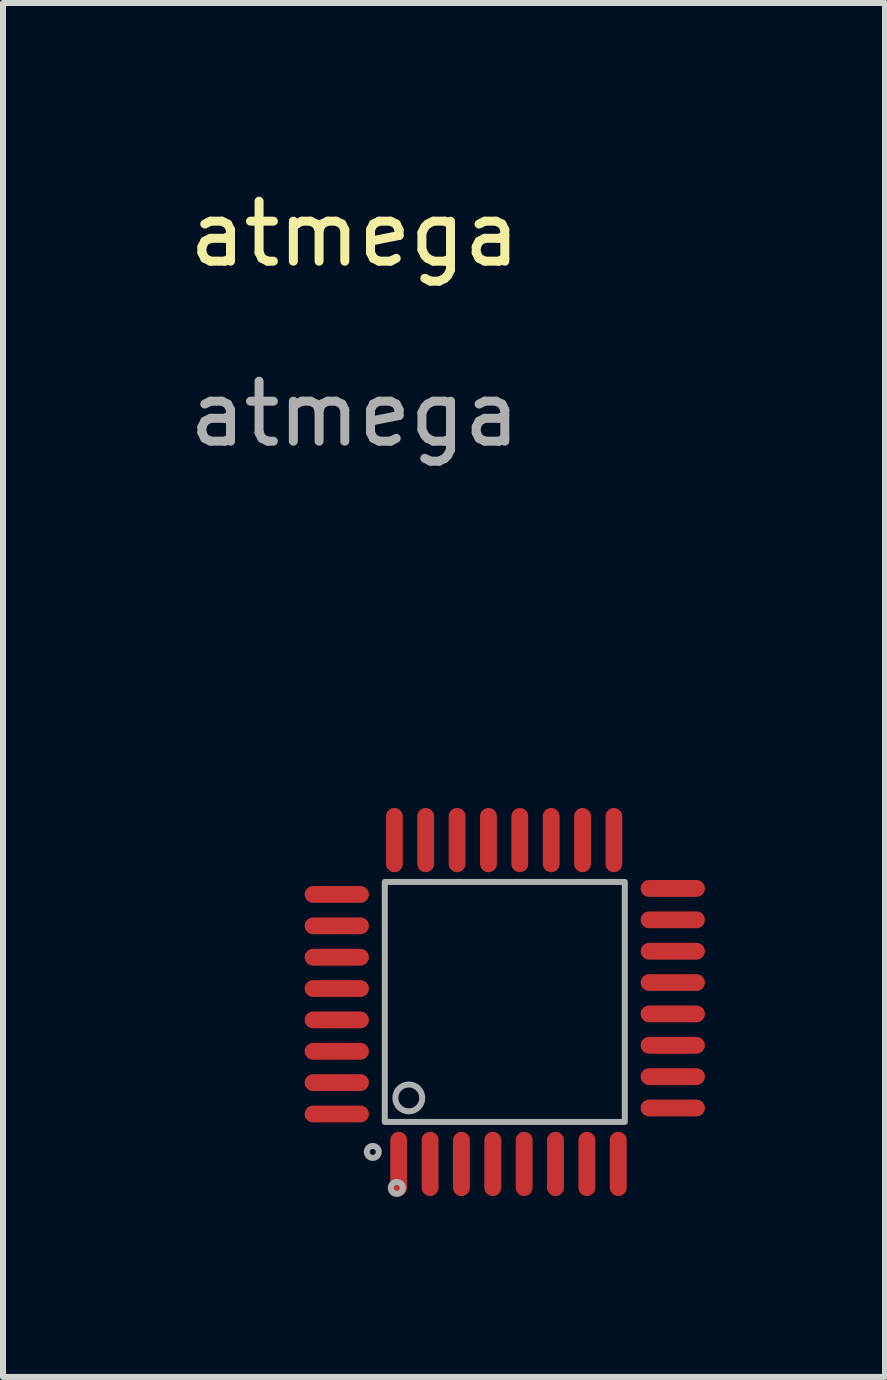
<source format=kicad_pcb>
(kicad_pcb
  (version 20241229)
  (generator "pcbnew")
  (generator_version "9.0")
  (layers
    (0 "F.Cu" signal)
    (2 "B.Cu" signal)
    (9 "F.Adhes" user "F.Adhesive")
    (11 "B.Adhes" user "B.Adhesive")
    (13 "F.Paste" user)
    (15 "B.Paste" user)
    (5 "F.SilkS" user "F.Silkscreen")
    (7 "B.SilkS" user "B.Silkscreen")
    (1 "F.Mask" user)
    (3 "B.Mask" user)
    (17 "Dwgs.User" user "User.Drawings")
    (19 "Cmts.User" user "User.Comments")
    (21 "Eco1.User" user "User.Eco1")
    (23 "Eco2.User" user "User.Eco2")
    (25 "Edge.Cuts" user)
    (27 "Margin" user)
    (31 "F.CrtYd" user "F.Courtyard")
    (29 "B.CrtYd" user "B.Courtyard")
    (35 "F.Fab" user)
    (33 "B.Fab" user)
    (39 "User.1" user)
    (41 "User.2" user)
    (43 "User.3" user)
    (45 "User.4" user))
  (footprint "atmega"
    (layer "F.Cu")
    (at 3.363 11.648)
    (property "Reference" "atmega" (at -0.5 -10.8 0) (unlocked yes) (layer "F.SilkS") (effects (font (size 1 1) (thickness 0.15))))
    (attr smd)
    (fp_rect (start 0 0) (end 4 4) (stroke (width 0.1) (type solid)) (fill no) (layer "F.Fab"))
    (fp_circle (center -0.2 4.5) (end -0.1 4.5) (stroke (width 0.1) (type solid)) (fill no) (layer "F.Fab"))
    (fp_circle (center 0.2 5.1) (end 0.3 5.1) (stroke (width 0.1) (type solid)) (fill no) (layer "F.Fab"))
    (fp_circle (center 0.4 3.6) (end 0.624 3.6) (stroke (width 0.1) (type solid)) (fill no) (layer "F.Fab"))
    (fp_text user "${REFERENCE}" (at -0.5 -7.8 0) (unlocked yes) (layer "F.Fab") (effects (font (size 1 1) (thickness 0.15))))
    (pad "1" smd oval (at -0.8 0.209 180) (size 1.071 0.281) (layers "F.Cu" "F.Mask" "F.Paste"))
    (pad "1" smd oval (at -0.8 0.732 180) (size 1.071 0.281) (layers "F.Cu" "F.Mask" "F.Paste"))
    (pad "1" smd oval (at -0.8 1.255 180) (size 1.071 0.281) (layers "F.Cu" "F.Mask" "F.Paste"))
    (pad "1" smd oval (at -0.8 1.777 180) (size 1.071 0.281) (layers "F.Cu" "F.Mask" "F.Paste"))
    (pad "1" smd oval (at -0.8 2.3 180) (size 1.071 0.281) (layers "F.Cu" "F.Mask" "F.Paste"))
    (pad "1" smd oval (at -0.8 2.823 180) (size 1.071 0.281) (layers "F.Cu" "F.Mask" "F.Paste"))
    (pad "1" smd oval (at -0.8 3.345 180) (size 1.071 0.281) (layers "F.Cu" "F.Mask" "F.Paste"))
    (pad "1" smd oval (at -0.8 3.868 180) (size 1.071 0.281) (layers "F.Cu" "F.Mask" "F.Paste"))
    (pad "1" smd oval (at 0.16 -0.697 90) (size 1.071 0.281) (layers "F.Cu" "F.Mask" "F.Paste"))
    (pad "1" smd oval (at 0.232 4.7 90) (size 1.071 0.281) (layers "F.Cu" "F.Mask" "F.Paste"))
    (pad "1" smd oval (at 0.682 -0.697 90) (size 1.071 0.281) (layers "F.Cu" "F.Mask" "F.Paste"))
    (pad "1" smd oval (at 0.755 4.7 90) (size 1.071 0.281) (layers "F.Cu" "F.Mask" "F.Paste"))
    (pad "1" smd oval (at 1.205 -0.697 90) (size 1.071 0.281) (layers "F.Cu" "F.Mask" "F.Paste"))
    (pad "1" smd oval (at 1.277 4.7 90) (size 1.071 0.281) (layers "F.Cu" "F.Mask" "F.Paste"))
    (pad "1" smd oval (at 1.728 -0.697 90) (size 1.071 0.281) (layers "F.Cu" "F.Mask" "F.Paste"))
    (pad "1" smd oval (at 1.8 4.7 90) (size 1.071 0.281) (layers "F.Cu" "F.Mask" "F.Paste"))
    (pad "1" smd oval (at 2.25 -0.697 90) (size 1.071 0.281) (layers "F.Cu" "F.Mask" "F.Paste"))
    (pad "1" smd oval (at 2.323 4.7 90) (size 1.071 0.281) (layers "F.Cu" "F.Mask" "F.Paste"))
    (pad "1" smd oval (at 2.773 -0.697 90) (size 1.071 0.281) (layers "F.Cu" "F.Mask" "F.Paste"))
    (pad "1" smd oval (at 2.845 4.7 90) (size 1.071 0.281) (layers "F.Cu" "F.Mask" "F.Paste"))
    (pad "1" smd oval (at 3.296 -0.697 90) (size 1.071 0.281) (layers "F.Cu" "F.Mask" "F.Paste"))
    (pad "1" smd oval (at 3.368 4.7 90) (size 1.071 0.281) (layers "F.Cu" "F.Mask" "F.Paste"))
    (pad "1" smd oval (at 3.818 -0.697 90) (size 1.071 0.281) (layers "F.Cu" "F.Mask" "F.Paste"))
    (pad "1" smd oval (at 3.891 4.7 90) (size 1.071 0.281) (layers "F.Cu" "F.Mask" "F.Paste"))
    (pad "1" smd oval (at 4.8 0.109 180) (size 1.071 0.281) (layers "F.Cu" "F.Mask" "F.Paste"))
    (pad "1" smd oval (at 4.8 0.632 180) (size 1.071 0.281) (layers "F.Cu" "F.Mask" "F.Paste"))
    (pad "1" smd oval (at 4.8 1.155 180) (size 1.071 0.281) (layers "F.Cu" "F.Mask" "F.Paste"))
    (pad "1" smd oval (at 4.8 1.677 180) (size 1.071 0.281) (layers "F.Cu" "F.Mask" "F.Paste"))
    (pad "1" smd oval (at 4.8 2.2 180) (size 1.071 0.281) (layers "F.Cu" "F.Mask" "F.Paste"))
    (pad "1" smd oval (at 4.8 2.723 180) (size 1.071 0.281) (layers "F.Cu" "F.Mask" "F.Paste"))
    (pad "1" smd oval (at 4.8 3.245 180) (size 1.071 0.281) (layers "F.Cu" "F.Mask" "F.Paste"))
    (pad "1" smd oval (at 4.8 3.768 180) (size 1.071 0.281) (layers "F.Cu" "F.Mask" "F.Paste")))
  (gr_rect
    (start -3 -3)
    (end 11.699 19.898)
    (stroke (width 0.1) (type default))
    (fill no)
    (layer "Edge.Cuts")))
</source>
